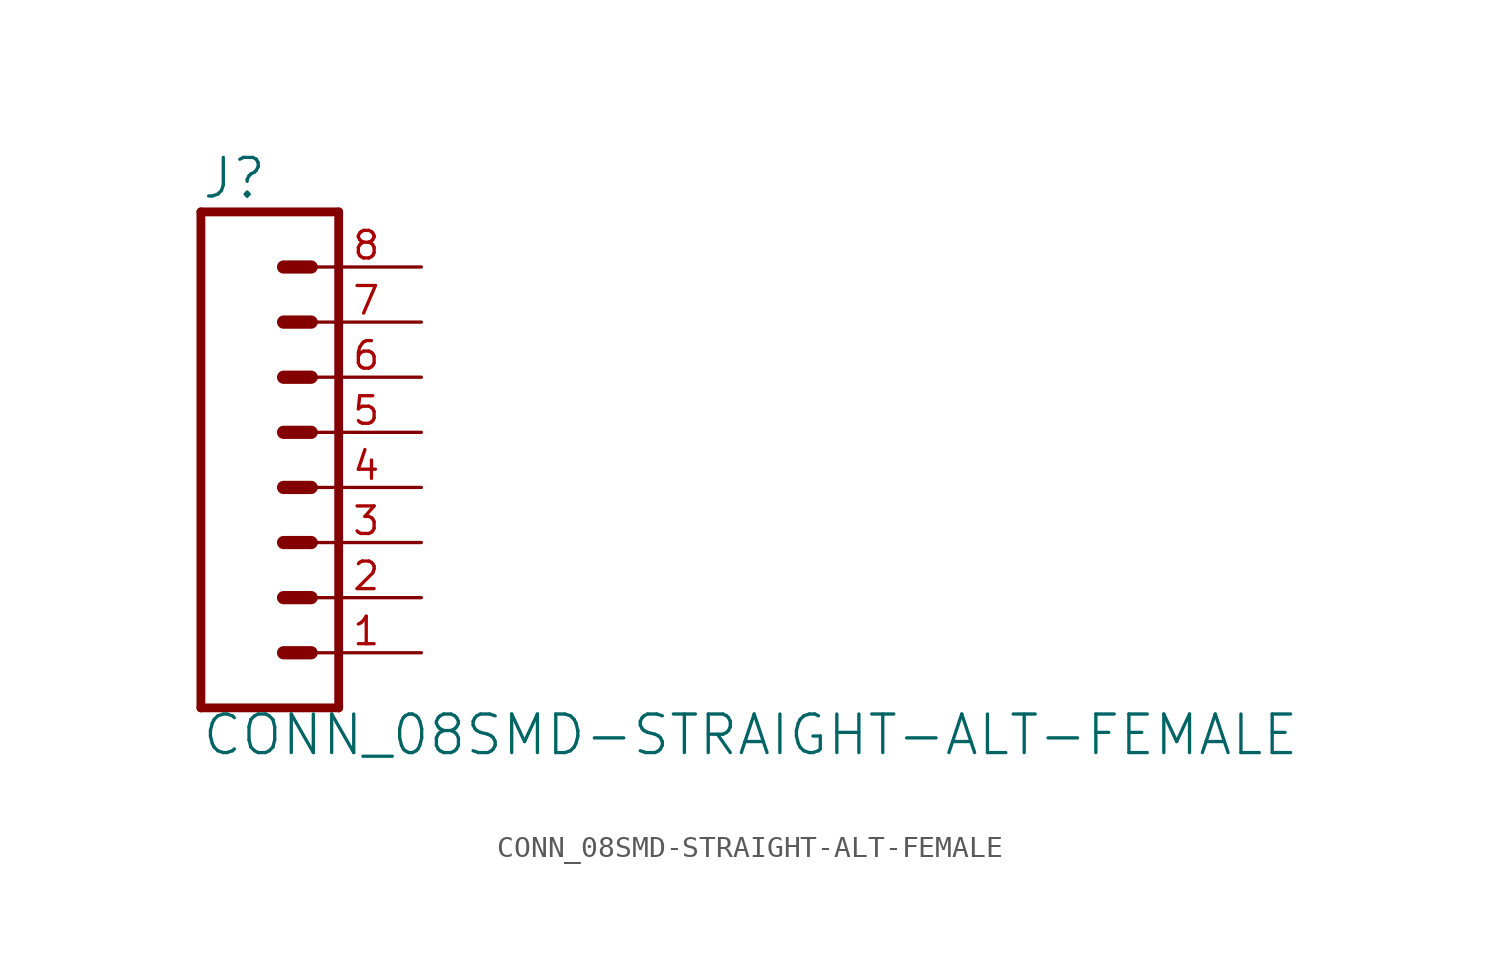
<source format=kicad_sym>
(kicad_symbol_lib
  (version 20211014)
  (generator kicad_symbol_editor)
  (symbol "CONN_08SMD-STRAIGHT-ALT-FEMALE"
    (property "Reference" "J"
      (at -5.08 13.208 0)
      (effects (font (size 1.778 1.778)) (justify left bottom)))
    (property "Value" "CONN_08SMD-STRAIGHT-ALT-FEMALE"
      (at -5.08 -12.446 0)
      (effects (font (size 1.778 1.778)) (justify left bottom)))
    (property "ki_locked" ""
      (at 0 0 0)
      (effects (font (size 1.27 1.27))))
    (symbol "CONN_08SMD-STRAIGHT-ALT-FEMALE_1_0"
      (polyline (pts (xy -5.08 12.7) (xy -5.08 -10.16)) (stroke (width 0.406) (type default) (color 0 0 0 0)) (fill (type none)))
      (polyline (pts (xy -5.08 12.7) (xy 1.27 12.7)) (stroke (width 0.406) (type default) (color 0 0 0 0)) (fill (type none)))
      (polyline (pts (xy -1.27 -7.62) (xy 0 -7.62)) (stroke (width 0.61) (type default) (color 0 0 0 0)) (fill (type none)))
      (polyline (pts (xy -1.27 -5.08) (xy 0 -5.08)) (stroke (width 0.61) (type default) (color 0 0 0 0)) (fill (type none)))
      (polyline (pts (xy -1.27 -2.54) (xy 0 -2.54)) (stroke (width 0.61) (type default) (color 0 0 0 0)) (fill (type none)))
      (polyline (pts (xy -1.27 0) (xy 0 0)) (stroke (width 0.61) (type default) (color 0 0 0 0)) (fill (type none)))
      (polyline (pts (xy -1.27 2.54) (xy 0 2.54)) (stroke (width 0.61) (type default) (color 0 0 0 0)) (fill (type none)))
      (polyline (pts (xy -1.27 5.08) (xy 0 5.08)) (stroke (width 0.61) (type default) (color 0 0 0 0)) (fill (type none)))
      (polyline (pts (xy -1.27 7.62) (xy 0 7.62)) (stroke (width 0.61) (type default) (color 0 0 0 0)) (fill (type none)))
      (polyline (pts (xy -1.27 10.16) (xy 0 10.16)) (stroke (width 0.61) (type default) (color 0 0 0 0)) (fill (type none)))
      (polyline (pts (xy 1.27 -10.16) (xy -5.08 -10.16)) (stroke (width 0.406) (type default) (color 0 0 0 0)) (fill (type none)))
      (polyline (pts (xy 1.27 -10.16) (xy 1.27 12.7)) (stroke (width 0.406) (type default) (color 0 0 0 0)) (fill (type none)))
      (pin passive line (at 5.08 -7.62 180) (length 5.08) (name "1" (effects (font (size 0 0)))) (number "1" (effects (font (size 1.27 1.27)))))
      (pin passive line (at 5.08 -5.08 180) (length 5.08) (name "2" (effects (font (size 0 0)))) (number "2" (effects (font (size 1.27 1.27)))))
      (pin passive line (at 5.08 -2.54 180) (length 5.08) (name "3" (effects (font (size 0 0)))) (number "3" (effects (font (size 1.27 1.27)))))
      (pin passive line (at 5.08 0 180) (length 5.08) (name "4" (effects (font (size 0 0)))) (number "4" (effects (font (size 1.27 1.27)))))
      (pin passive line (at 5.08 2.54 180) (length 5.08) (name "5" (effects (font (size 0 0)))) (number "5" (effects (font (size 1.27 1.27)))))
      (pin passive line (at 5.08 5.08 180) (length 5.08) (name "6" (effects (font (size 0 0)))) (number "6" (effects (font (size 1.27 1.27)))))
      (pin passive line (at 5.08 7.62 180) (length 5.08) (name "7" (effects (font (size 0 0)))) (number "7" (effects (font (size 1.27 1.27)))))
      (pin passive line (at 5.08 10.16 180) (length 5.08) (name "8" (effects (font (size 0 0)))) (number "8" (effects (font (size 1.27 1.27))))))))
</source>
